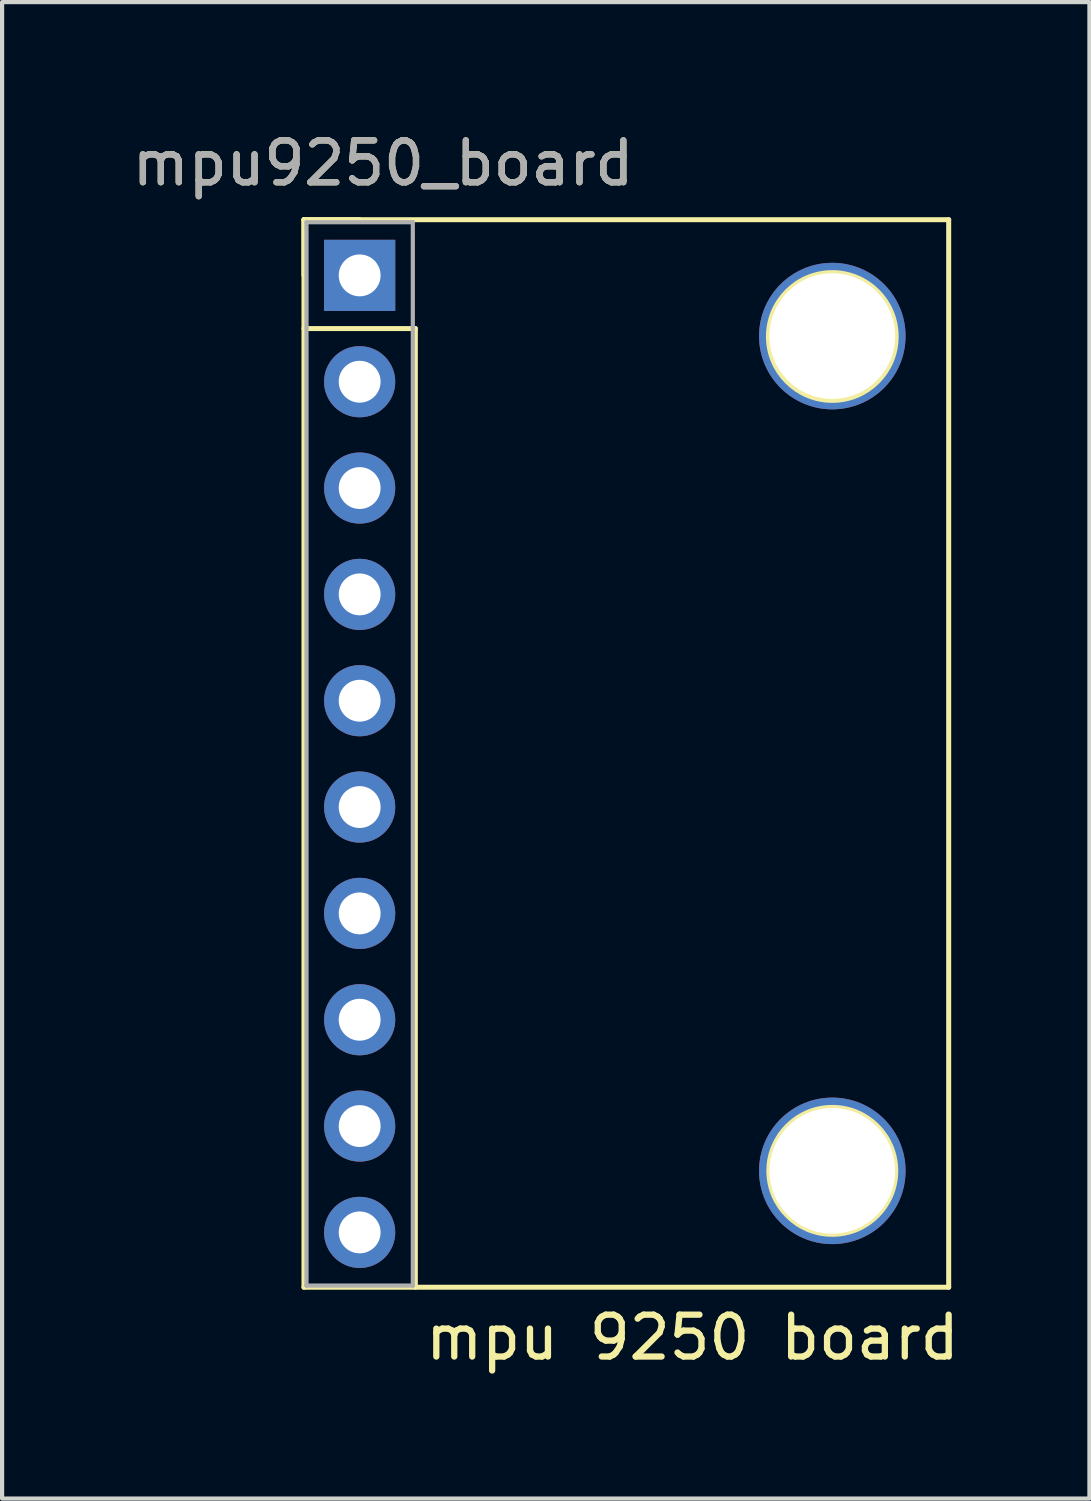
<source format=kicad_pcb>
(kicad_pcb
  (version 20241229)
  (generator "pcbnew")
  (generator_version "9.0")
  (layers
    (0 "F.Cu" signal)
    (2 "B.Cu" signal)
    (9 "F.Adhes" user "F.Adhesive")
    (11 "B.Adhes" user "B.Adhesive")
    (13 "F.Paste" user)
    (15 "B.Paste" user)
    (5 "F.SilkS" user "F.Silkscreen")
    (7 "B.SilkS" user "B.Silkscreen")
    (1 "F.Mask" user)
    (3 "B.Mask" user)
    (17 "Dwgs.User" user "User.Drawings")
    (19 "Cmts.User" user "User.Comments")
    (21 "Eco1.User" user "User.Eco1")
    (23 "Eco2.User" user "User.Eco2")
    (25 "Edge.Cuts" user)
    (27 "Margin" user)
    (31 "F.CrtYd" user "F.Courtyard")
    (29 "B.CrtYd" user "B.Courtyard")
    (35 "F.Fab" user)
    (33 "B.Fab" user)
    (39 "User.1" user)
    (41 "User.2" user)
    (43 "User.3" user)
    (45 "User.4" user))
  (footprint "mpu9250_board"
    (layer "F.Cu")
    (at 5.541 3.528)
    (property "Reference" "mpu9250_board" (at 0.56 -2.68 0) (layer "F.SilkS") (effects (font (size 1 1) (thickness 0.15))))
    (attr through_hole)
    (fp_line (start -1.33 -1.33) (end 0 -1.33) (stroke (width 0.12) (type solid)) (layer "F.SilkS"))
    (fp_line (start -1.33 -1.33) (end 14.07 -1.33) (stroke (width 0.12) (type solid)) (layer "F.SilkS"))
    (fp_line (start -1.33 0) (end -1.33 -1.33) (stroke (width 0.12) (type solid)) (layer "F.SilkS"))
    (fp_line (start -1.33 24.17) (end -1.33 -1.33) (stroke (width 0.12) (type solid)) (layer "F.SilkS"))
    (fp_line (start -1.33 24.17) (end 14.07 24.17) (stroke (width 0.12) (type solid)) (layer "F.SilkS"))
    (fp_line (start 1.33 1.27) (end -1.33 1.27) (stroke (width 0.12) (type solid)) (layer "F.SilkS"))
    (fp_line (start 1.33 24.17) (end 1.33 1.27) (stroke (width 0.12) (type solid)) (layer "F.SilkS"))
    (fp_line (start 14.07 24.17) (end 14.07 -1.33) (stroke (width 0.12) (type solid)) (layer "F.SilkS"))
    (fp_circle (center 11.29 1.46) (end 11.29 -0.05) (stroke (width 0.15) (type solid)) (fill no) (layer "F.SilkS"))
    (fp_circle (center 11.29 21.39) (end 11.29 22.89) (stroke (width 0.15) (type solid)) (fill no) (layer "F.SilkS"))
    (fp_line (start -1.27 -1.27) (end -1.27 24.13) (stroke (width 0.1) (type solid)) (layer "F.Fab"))
    (fp_line (start -1.27 24.13) (end 1.27 24.13) (stroke (width 0.1) (type solid)) (layer "F.Fab"))
    (fp_line (start 1.27 -1.27) (end -1.27 -1.27) (stroke (width 0.1) (type solid)) (layer "F.Fab"))
    (fp_line (start 1.27 24.13) (end 1.27 -1.27) (stroke (width 0.1) (type solid)) (layer "F.Fab"))
    (fp_text user "mpu 9250 board" (at 7.95 25.37 0) (layer "F.SilkS") (effects (font (size 1 1) (thickness 0.15))))
    (fp_text user "${REFERENCE}" (at 0.56 -2.68 0) (layer "F.Fab") (effects (font (size 1 1) (thickness 0.15))))
    (pad "" thru_hole circle (at 11.29 1.45) (size 3.5 3.5) (drill 3) (layers "*.Cu" "*.Mask"))
    (pad "" thru_hole circle (at 11.29 21.39) (size 3.5 3.5) (drill 3) (layers "*.Cu" "*.Mask"))
    (pad "1" thru_hole rect (at 0 0) (size 1.7 1.7) (drill 1) (layers "*.Cu" "*.Mask"))
    (pad "2" thru_hole oval (at 0 2.54) (size 1.7 1.7) (drill 1) (layers "*.Cu" "*.Mask"))
    (pad "3" thru_hole oval (at 0 5.08) (size 1.7 1.7) (drill 1) (layers "*.Cu" "*.Mask"))
    (pad "4" thru_hole oval (at 0 7.62) (size 1.7 1.7) (drill 1) (layers "*.Cu" "*.Mask"))
    (pad "5" thru_hole oval (at 0 10.16) (size 1.7 1.7) (drill 1) (layers "*.Cu" "*.Mask"))
    (pad "6" thru_hole oval (at 0 12.7) (size 1.7 1.7) (drill 1) (layers "*.Cu" "*.Mask"))
    (pad "7" thru_hole oval (at 0 15.24) (size 1.7 1.7) (drill 1) (layers "*.Cu" "*.Mask"))
    (pad "8" thru_hole oval (at 0 17.78) (size 1.7 1.7) (drill 1) (layers "*.Cu" "*.Mask"))
    (pad "9" thru_hole oval (at 0 20.32) (size 1.7 1.7) (drill 1) (layers "*.Cu" "*.Mask"))
    (pad "10" thru_hole oval (at 0 22.86) (size 1.7 1.7) (drill 1) (layers "*.Cu" "*.Mask")))
  (gr_rect
    (start -3 -3)
    (end 22.973 32.746)
    (stroke (width 0.1) (type default))
    (fill no)
    (layer "Edge.Cuts")))
</source>
